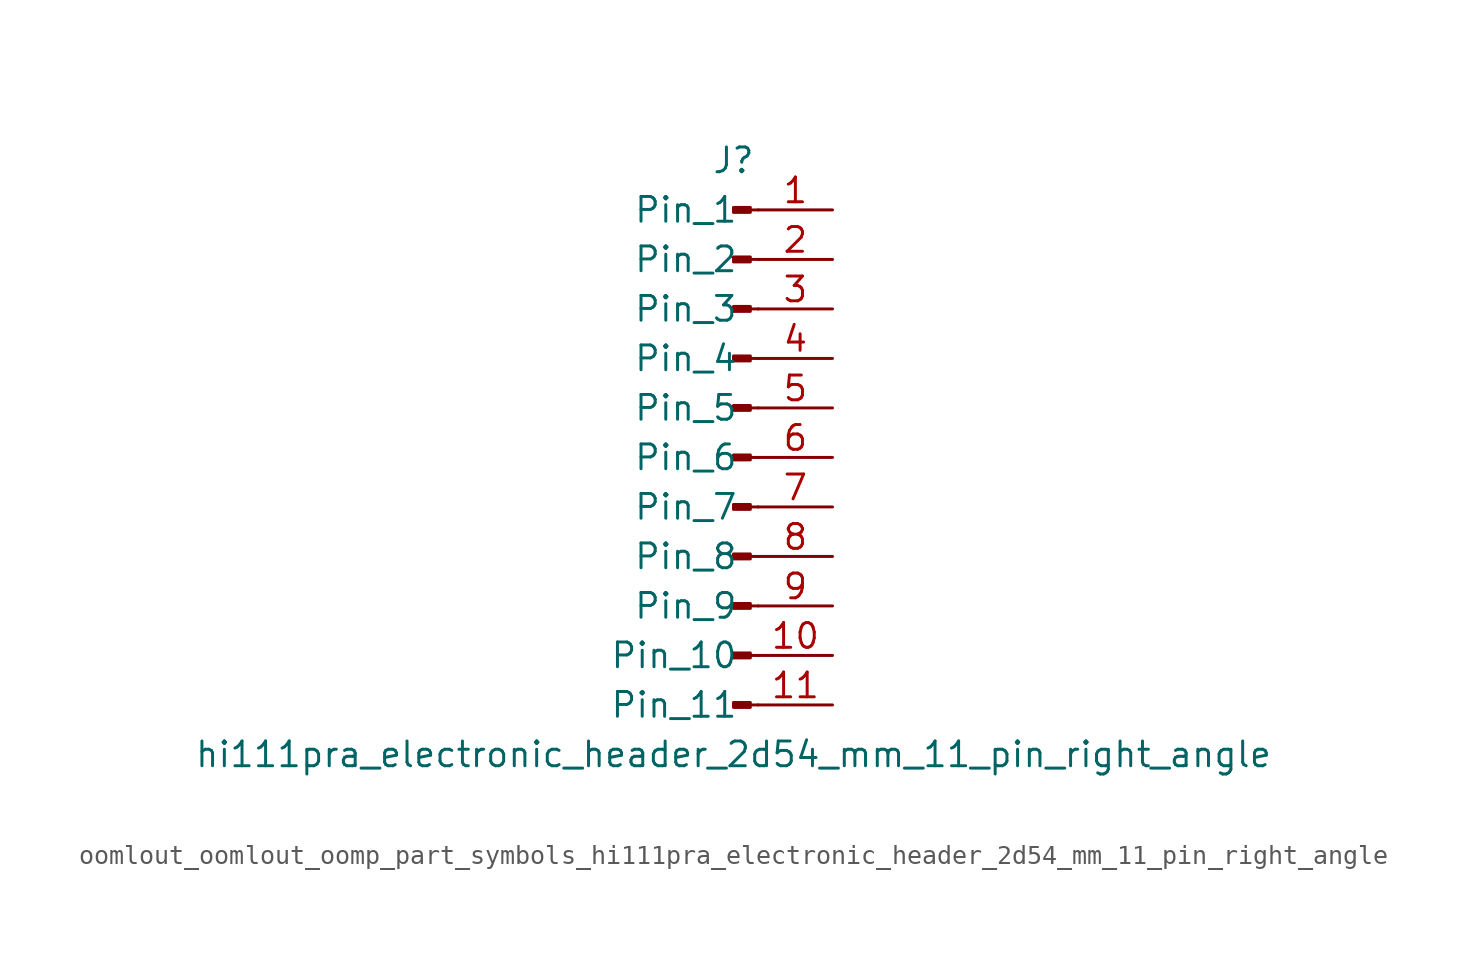
<source format=kicad_sym>
(kicad_symbol_lib
  (version 20220914)
  (generator kicad_symbol_editor)
  (symbol "oomlout_oomlout_oomp_part_symbols_hi111pra_electronic_header_2d54_mm_11_pin_right_angle"
    (pin_names
      (offset 1.016))
    (property "Reference" "J"
      (at 0 15.24 0)
      (effects (font (size 1.27 1.27))))
    (property "Value" "hi111pra_electronic_header_2d54_mm_11_pin_right_angle"
      (at 0 -15.24 0)
      (effects (font (size 1.27 1.27))))
    (property "ki_locked" ""
      (at 0 0 0)
      (effects (font (size 1.27 1.27))))
    (symbol "oomlout_oomlout_oomp_part_symbols_hi111pra_electronic_header_2d54_mm_11_pin_right_angle_1_1"
      (polyline (pts (xy 1.27 -12.7) (xy 0.864 -12.7)) (stroke (width 0.152) (type default)) (fill (type none)))
      (polyline (pts (xy 1.27 -10.16) (xy 0.864 -10.16)) (stroke (width 0.152) (type default)) (fill (type none)))
      (polyline (pts (xy 1.27 -7.62) (xy 0.864 -7.62)) (stroke (width 0.152) (type default)) (fill (type none)))
      (polyline (pts (xy 1.27 -5.08) (xy 0.864 -5.08)) (stroke (width 0.152) (type default)) (fill (type none)))
      (polyline (pts (xy 1.27 -2.54) (xy 0.864 -2.54)) (stroke (width 0.152) (type default)) (fill (type none)))
      (polyline (pts (xy 1.27 0) (xy 0.864 0)) (stroke (width 0.152) (type default)) (fill (type none)))
      (polyline (pts (xy 1.27 2.54) (xy 0.864 2.54)) (stroke (width 0.152) (type default)) (fill (type none)))
      (polyline (pts (xy 1.27 5.08) (xy 0.864 5.08)) (stroke (width 0.152) (type default)) (fill (type none)))
      (polyline (pts (xy 1.27 7.62) (xy 0.864 7.62)) (stroke (width 0.152) (type default)) (fill (type none)))
      (polyline (pts (xy 1.27 10.16) (xy 0.864 10.16)) (stroke (width 0.152) (type default)) (fill (type none)))
      (polyline (pts (xy 1.27 12.7) (xy 0.864 12.7)) (stroke (width 0.152) (type default)) (fill (type none)))
      (rectangle (start 0.864 -12.573) (end 0 -12.827) (stroke (width 0.152) (type default)) (fill (type outline)))
      (rectangle (start 0.864 -10.033) (end 0 -10.287) (stroke (width 0.152) (type default)) (fill (type outline)))
      (rectangle (start 0.864 -7.493) (end 0 -7.747) (stroke (width 0.152) (type default)) (fill (type outline)))
      (rectangle (start 0.864 -4.953) (end 0 -5.207) (stroke (width 0.152) (type default)) (fill (type outline)))
      (rectangle (start 0.864 -2.413) (end 0 -2.667) (stroke (width 0.152) (type default)) (fill (type outline)))
      (rectangle (start 0.864 0.127) (end 0 -0.127) (stroke (width 0.152) (type default)) (fill (type outline)))
      (rectangle (start 0.864 2.667) (end 0 2.413) (stroke (width 0.152) (type default)) (fill (type outline)))
      (rectangle (start 0.864 5.207) (end 0 4.953) (stroke (width 0.152) (type default)) (fill (type outline)))
      (rectangle (start 0.864 7.747) (end 0 7.493) (stroke (width 0.152) (type default)) (fill (type outline)))
      (rectangle (start 0.864 10.287) (end 0 10.033) (stroke (width 0.152) (type default)) (fill (type outline)))
      (rectangle (start 0.864 12.827) (end 0 12.573) (stroke (width 0.152) (type default)) (fill (type outline)))
      (pin passive line (at 5.08 12.7 180) (length 3.81) (name "Pin_1" (effects (font (size 1.27 1.27)))) (number "1" (effects (font (size 1.27 1.27)))))
      (pin passive line (at 5.08 -10.16 180) (length 3.81) (name "Pin_10" (effects (font (size 1.27 1.27)))) (number "10" (effects (font (size 1.27 1.27)))))
      (pin passive line (at 5.08 -12.7 180) (length 3.81) (name "Pin_11" (effects (font (size 1.27 1.27)))) (number "11" (effects (font (size 1.27 1.27)))))
      (pin passive line (at 5.08 10.16 180) (length 3.81) (name "Pin_2" (effects (font (size 1.27 1.27)))) (number "2" (effects (font (size 1.27 1.27)))))
      (pin passive line (at 5.08 7.62 180) (length 3.81) (name "Pin_3" (effects (font (size 1.27 1.27)))) (number "3" (effects (font (size 1.27 1.27)))))
      (pin passive line (at 5.08 5.08 180) (length 3.81) (name "Pin_4" (effects (font (size 1.27 1.27)))) (number "4" (effects (font (size 1.27 1.27)))))
      (pin passive line (at 5.08 2.54 180) (length 3.81) (name "Pin_5" (effects (font (size 1.27 1.27)))) (number "5" (effects (font (size 1.27 1.27)))))
      (pin passive line (at 5.08 0 180) (length 3.81) (name "Pin_6" (effects (font (size 1.27 1.27)))) (number "6" (effects (font (size 1.27 1.27)))))
      (pin passive line (at 5.08 -2.54 180) (length 3.81) (name "Pin_7" (effects (font (size 1.27 1.27)))) (number "7" (effects (font (size 1.27 1.27)))))
      (pin passive line (at 5.08 -5.08 180) (length 3.81) (name "Pin_8" (effects (font (size 1.27 1.27)))) (number "8" (effects (font (size 1.27 1.27)))))
      (pin passive line (at 5.08 -7.62 180) (length 3.81) (name "Pin_9" (effects (font (size 1.27 1.27)))) (number "9" (effects (font (size 1.27 1.27))))))))
</source>
